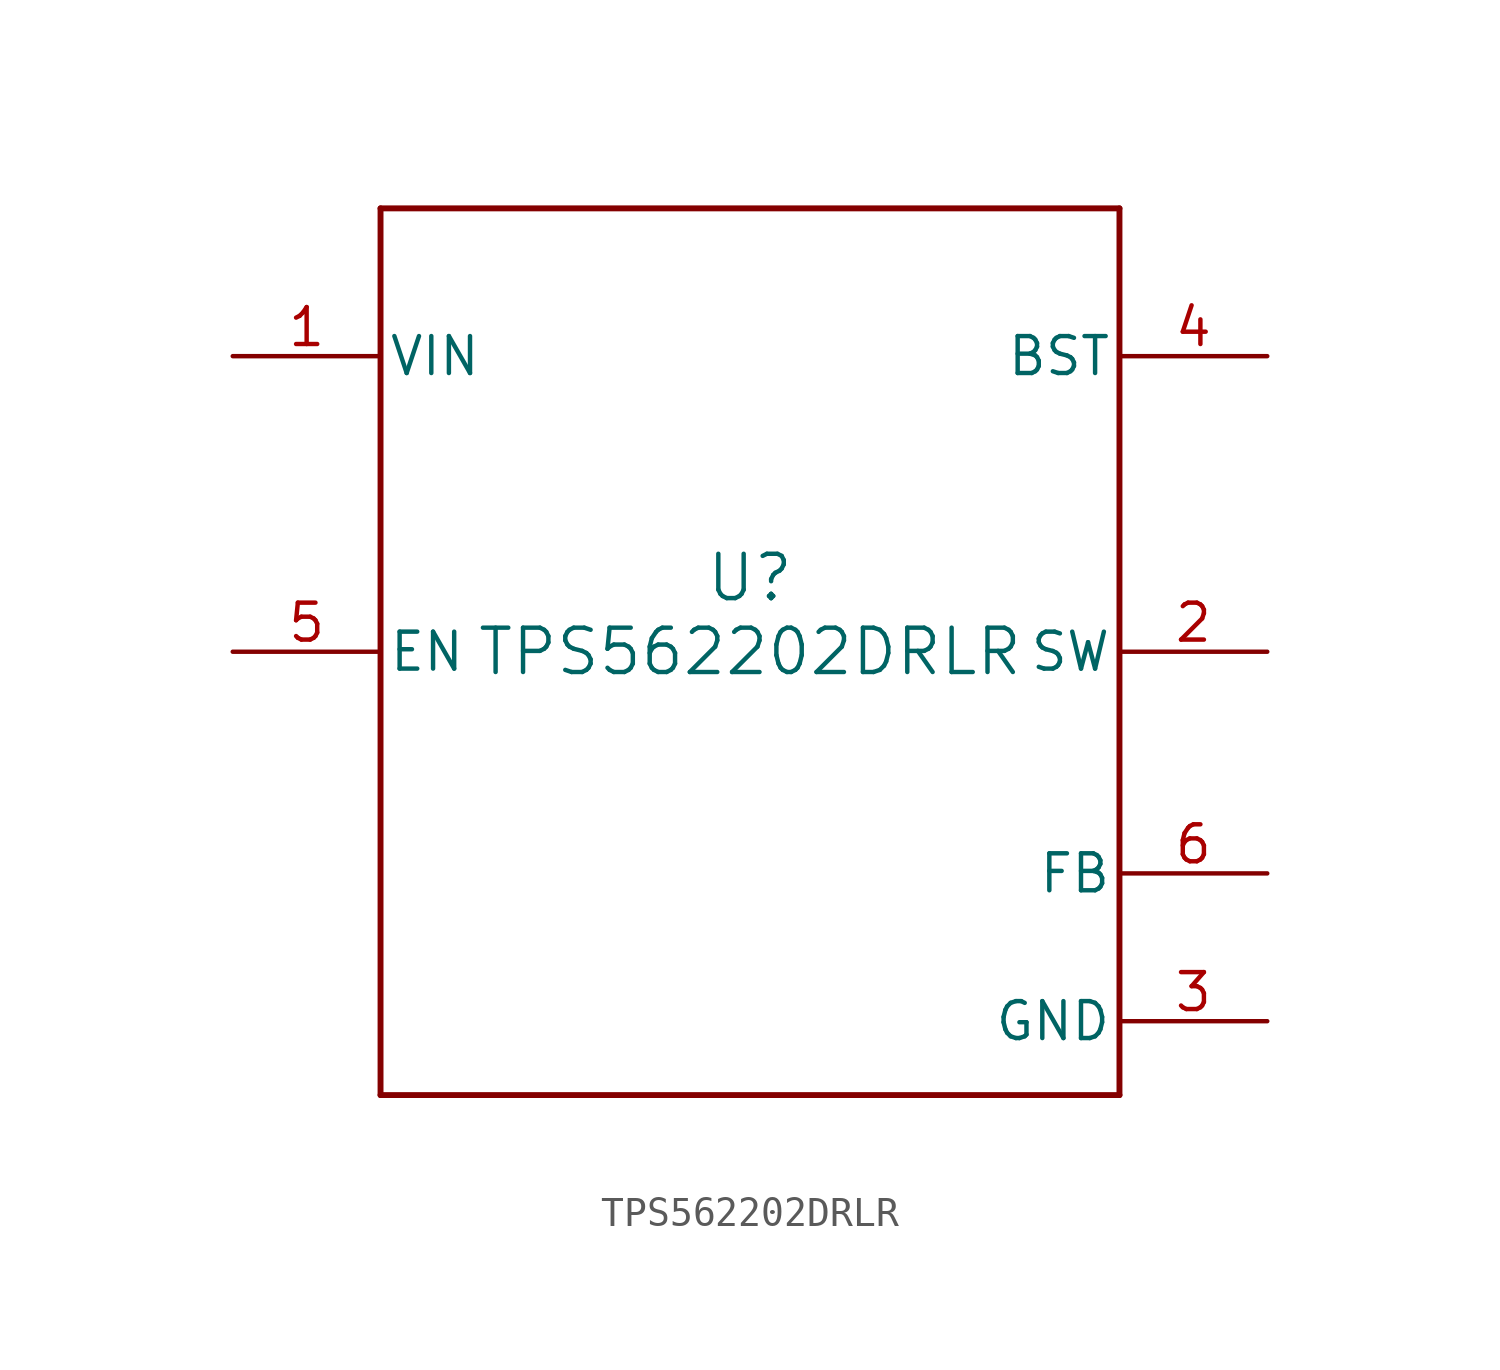
<source format=kicad_sym>
(kicad_symbol_lib
  (version 20211014)
  (generator kicad_symbol_editor)
  (symbol "TPS562202DRLR"
    (pin_names
      (offset 0.254))
    (property "Reference" "U"
      (at 0 2.54 0)
      (effects (font (size 1.524 1.524))))
    (property "Value" "TPS562202DRLR"
      (at 0 0 0)
      (effects (font (size 1.524 1.524))))
    (symbol "TPS562202DRLR_0_1"
      (polyline (pts (xy -12.7 -15.24) (xy 12.7 -15.24)) (stroke (width 0.203) (type default) (color 0 0 0 0)) (fill (type none)))
      (polyline (pts (xy 12.7 -15.24) (xy 12.7 15.24)) (stroke (width 0.203) (type default) (color 0 0 0 0)) (fill (type none)))
      (polyline (pts (xy 12.7 15.24) (xy -12.7 15.24)) (stroke (width 0.203) (type default) (color 0 0 0 0)) (fill (type none)))
      (polyline (pts (xy -12.7 15.24) (xy -12.7 -15.24)) (stroke (width 0.203) (type default) (color 0 0 0 0)) (fill (type none)))
      (pin power_in line (at -17.78 10.16 0) (length 5.08) (name "VIN" (effects (font (size 1.27 1.27)))) (number "1" (effects (font (size 1.27 1.27)))))
      (pin power_in line (at 17.78 0 180) (length 5.08) (name "SW" (effects (font (size 1.27 1.27)))) (number "2" (effects (font (size 1.27 1.27)))))
      (pin power_in line (at 17.78 -12.7 180) (length 5.08) (name "GND" (effects (font (size 1.27 1.27)))) (number "3" (effects (font (size 1.27 1.27)))))
      (pin unspecified line (at 17.78 10.16 180) (length 5.08) (name "BST" (effects (font (size 1.27 1.27)))) (number "4" (effects (font (size 1.27 1.27)))))
      (pin input line (at -17.78 0 0) (length 5.08) (name "EN" (effects (font (size 1.27 1.27)))) (number "5" (effects (font (size 1.27 1.27)))))
      (pin input line (at 17.78 -7.62 180) (length 5.08) (name "FB" (effects (font (size 1.27 1.27)))) (number "6" (effects (font (size 1.27 1.27))))))))
</source>
